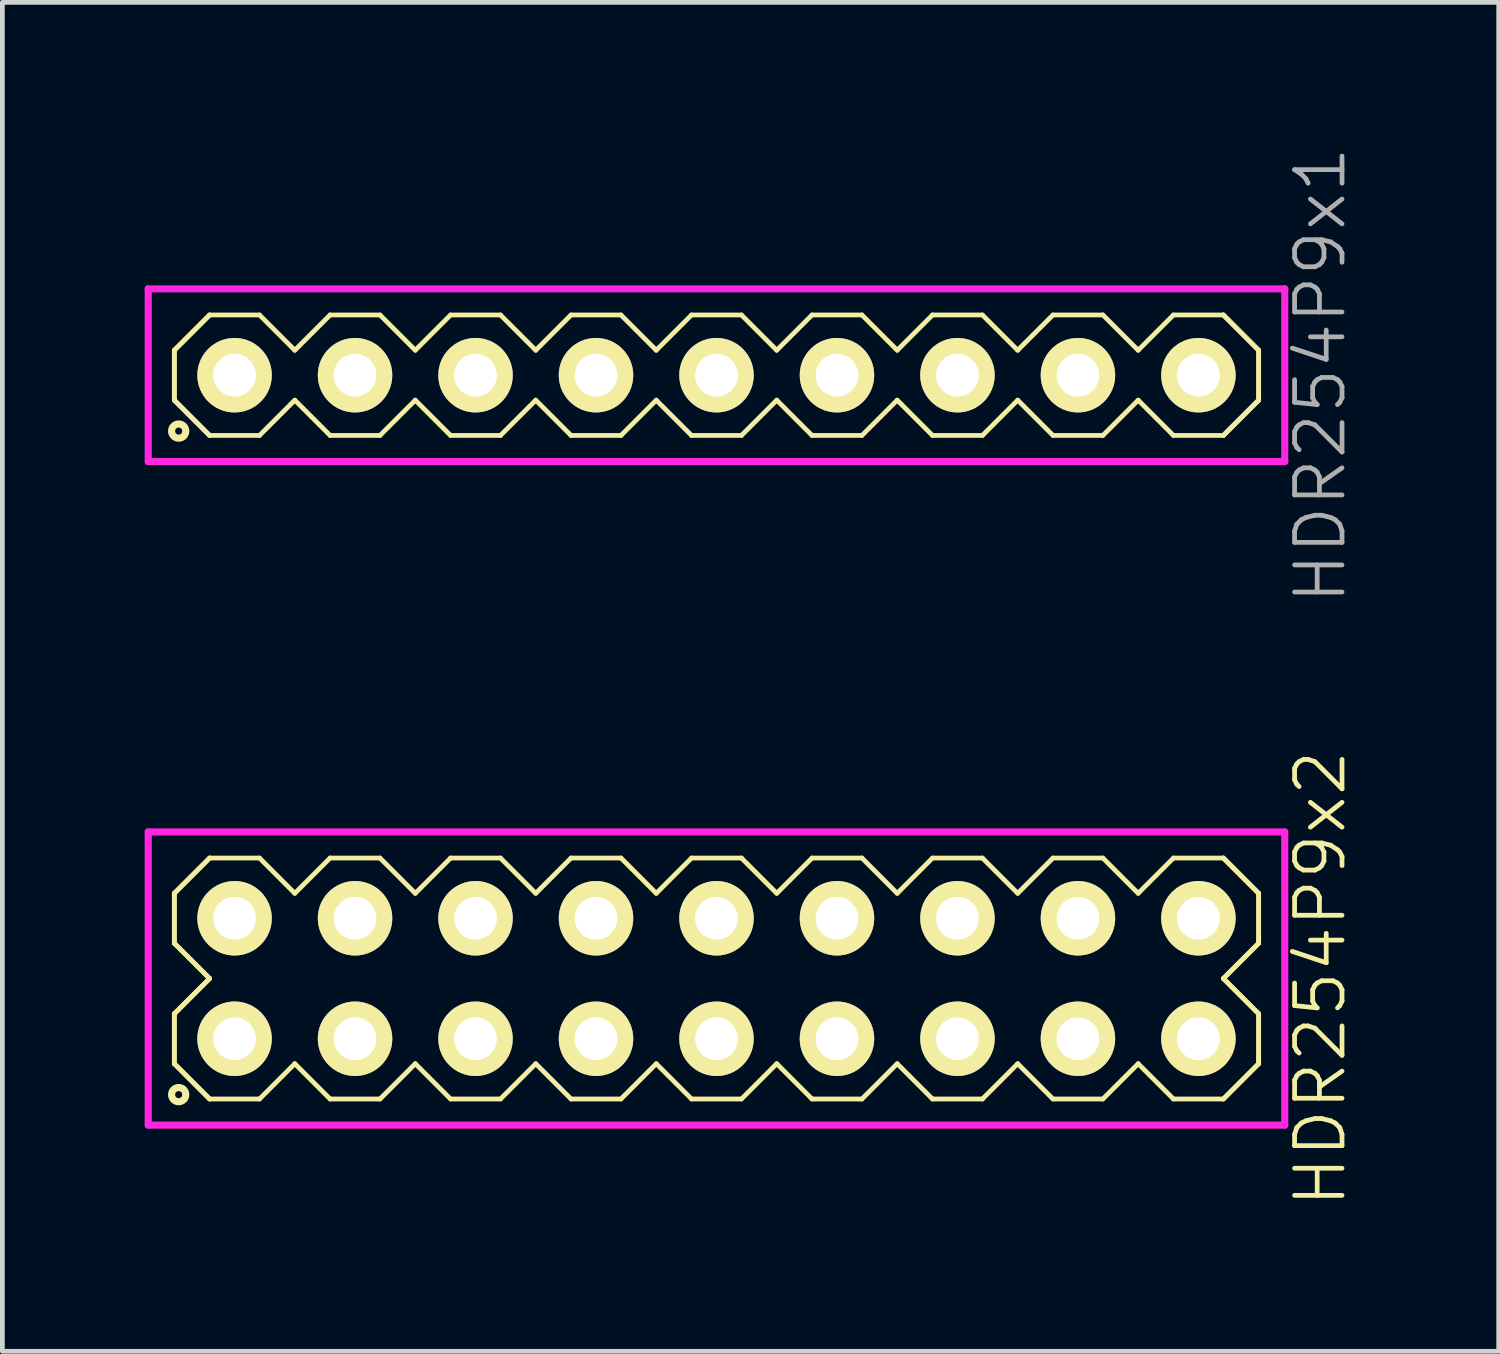
<source format=kicad_pcb>
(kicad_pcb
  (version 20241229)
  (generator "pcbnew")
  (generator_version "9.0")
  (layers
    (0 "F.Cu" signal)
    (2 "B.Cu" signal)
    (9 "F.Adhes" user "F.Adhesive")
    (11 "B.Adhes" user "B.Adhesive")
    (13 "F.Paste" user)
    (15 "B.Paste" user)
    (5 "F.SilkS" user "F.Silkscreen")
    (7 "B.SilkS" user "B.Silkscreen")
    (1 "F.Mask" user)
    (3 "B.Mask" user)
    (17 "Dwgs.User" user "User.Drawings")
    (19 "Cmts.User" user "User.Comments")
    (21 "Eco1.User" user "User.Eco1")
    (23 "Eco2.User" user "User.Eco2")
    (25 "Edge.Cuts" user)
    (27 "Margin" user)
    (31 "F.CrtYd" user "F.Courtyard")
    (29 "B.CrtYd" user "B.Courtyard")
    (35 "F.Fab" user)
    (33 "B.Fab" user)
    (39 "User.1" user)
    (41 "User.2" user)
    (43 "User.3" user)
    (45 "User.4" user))
  (footprint "HDR254P9x2"
    (layer "F.Cu")
    (at 12.055 17.579)
    (property "Reference" "HDR254P9x2" (at 12.73 0 90) (layer "F.SilkS") (effects (font (size 1 1) (thickness 0.1))))
    (attr through_hole)
    (fp_line (start -11.43 -1.796) (end -10.686 -2.54) (stroke (width 0.1) (type solid)) (layer "F.SilkS"))
    (fp_line (start -11.43 -1.796) (end -10.686 -2.54) (stroke (width 0.1) (type solid)) (layer "F.SilkS"))
    (fp_line (start -11.43 -0.744) (end -11.43 -1.796) (stroke (width 0.1) (type solid)) (layer "F.SilkS"))
    (fp_line (start -11.43 -0.744) (end -11.43 -1.796) (stroke (width 0.1) (type solid)) (layer "F.SilkS"))
    (fp_line (start -11.43 0.744) (end -10.686 0) (stroke (width 0.1) (type solid)) (layer "F.SilkS"))
    (fp_line (start -11.43 0.744) (end -10.686 0) (stroke (width 0.1) (type solid)) (layer "F.SilkS"))
    (fp_line (start -11.43 1.796) (end -11.43 0.744) (stroke (width 0.1) (type solid)) (layer "F.SilkS"))
    (fp_line (start -11.43 1.796) (end -11.43 0.744) (stroke (width 0.1) (type solid)) (layer "F.SilkS"))
    (fp_line (start -10.686 -2.54) (end -9.634 -2.54) (stroke (width 0.1) (type solid)) (layer "F.SilkS"))
    (fp_line (start -10.686 0) (end -11.43 -0.744) (stroke (width 0.1) (type solid)) (layer "F.SilkS"))
    (fp_line (start -10.686 0) (end -11.43 -0.744) (stroke (width 0.1) (type solid)) (layer "F.SilkS"))
    (fp_line (start -10.686 2.54) (end -11.43 1.796) (stroke (width 0.1) (type solid)) (layer "F.SilkS"))
    (fp_line (start -10.686 2.54) (end -11.43 1.796) (stroke (width 0.1) (type solid)) (layer "F.SilkS"))
    (fp_line (start -9.634 -2.54) (end -8.89 -1.796) (stroke (width 0.1) (type solid)) (layer "F.SilkS"))
    (fp_line (start -9.634 2.54) (end -10.686 2.54) (stroke (width 0.1) (type solid)) (layer "F.SilkS"))
    (fp_line (start -8.89 -1.796) (end -8.146 -2.54) (stroke (width 0.1) (type solid)) (layer "F.SilkS"))
    (fp_line (start -8.89 1.796) (end -9.634 2.54) (stroke (width 0.1) (type solid)) (layer "F.SilkS"))
    (fp_line (start -8.146 -2.54) (end -7.094 -2.54) (stroke (width 0.1) (type solid)) (layer "F.SilkS"))
    (fp_line (start -8.146 2.54) (end -8.89 1.796) (stroke (width 0.1) (type solid)) (layer "F.SilkS"))
    (fp_line (start -7.094 -2.54) (end -6.35 -1.796) (stroke (width 0.1) (type solid)) (layer "F.SilkS"))
    (fp_line (start -7.094 2.54) (end -8.146 2.54) (stroke (width 0.1) (type solid)) (layer "F.SilkS"))
    (fp_line (start -6.35 -1.796) (end -5.606 -2.54) (stroke (width 0.1) (type solid)) (layer "F.SilkS"))
    (fp_line (start -6.35 1.796) (end -7.094 2.54) (stroke (width 0.1) (type solid)) (layer "F.SilkS"))
    (fp_line (start -5.606 -2.54) (end -4.554 -2.54) (stroke (width 0.1) (type solid)) (layer "F.SilkS"))
    (fp_line (start -5.606 2.54) (end -6.35 1.796) (stroke (width 0.1) (type solid)) (layer "F.SilkS"))
    (fp_line (start -4.554 -2.54) (end -3.81 -1.796) (stroke (width 0.1) (type solid)) (layer "F.SilkS"))
    (fp_line (start -4.554 2.54) (end -5.606 2.54) (stroke (width 0.1) (type solid)) (layer "F.SilkS"))
    (fp_line (start -3.81 -1.796) (end -3.066 -2.54) (stroke (width 0.1) (type solid)) (layer "F.SilkS"))
    (fp_line (start -3.81 1.796) (end -4.554 2.54) (stroke (width 0.1) (type solid)) (layer "F.SilkS"))
    (fp_line (start -3.066 -2.54) (end -2.014 -2.54) (stroke (width 0.1) (type solid)) (layer "F.SilkS"))
    (fp_line (start -3.066 2.54) (end -3.81 1.796) (stroke (width 0.1) (type solid)) (layer "F.SilkS"))
    (fp_line (start -2.014 -2.54) (end -1.27 -1.796) (stroke (width 0.1) (type solid)) (layer "F.SilkS"))
    (fp_line (start -2.014 2.54) (end -3.066 2.54) (stroke (width 0.1) (type solid)) (layer "F.SilkS"))
    (fp_line (start -1.27 -1.796) (end -0.526 -2.54) (stroke (width 0.1) (type solid)) (layer "F.SilkS"))
    (fp_line (start -1.27 1.796) (end -2.014 2.54) (stroke (width 0.1) (type solid)) (layer "F.SilkS"))
    (fp_line (start -0.526 -2.54) (end 0.526 -2.54) (stroke (width 0.1) (type solid)) (layer "F.SilkS"))
    (fp_line (start -0.526 2.54) (end -1.27 1.796) (stroke (width 0.1) (type solid)) (layer "F.SilkS"))
    (fp_line (start 0.526 -2.54) (end 1.27 -1.796) (stroke (width 0.1) (type solid)) (layer "F.SilkS"))
    (fp_line (start 0.526 2.54) (end -0.526 2.54) (stroke (width 0.1) (type solid)) (layer "F.SilkS"))
    (fp_line (start 1.27 -1.796) (end 2.014 -2.54) (stroke (width 0.1) (type solid)) (layer "F.SilkS"))
    (fp_line (start 1.27 1.796) (end 0.526 2.54) (stroke (width 0.1) (type solid)) (layer "F.SilkS"))
    (fp_line (start 2.014 -2.54) (end 3.066 -2.54) (stroke (width 0.1) (type solid)) (layer "F.SilkS"))
    (fp_line (start 2.014 2.54) (end 1.27 1.796) (stroke (width 0.1) (type solid)) (layer "F.SilkS"))
    (fp_line (start 3.066 -2.54) (end 3.81 -1.796) (stroke (width 0.1) (type solid)) (layer "F.SilkS"))
    (fp_line (start 3.066 2.54) (end 2.014 2.54) (stroke (width 0.1) (type solid)) (layer "F.SilkS"))
    (fp_line (start 3.81 -1.796) (end 4.554 -2.54) (stroke (width 0.1) (type solid)) (layer "F.SilkS"))
    (fp_line (start 3.81 1.796) (end 3.066 2.54) (stroke (width 0.1) (type solid)) (layer "F.SilkS"))
    (fp_line (start 4.554 -2.54) (end 5.606 -2.54) (stroke (width 0.1) (type solid)) (layer "F.SilkS"))
    (fp_line (start 4.554 2.54) (end 3.81 1.796) (stroke (width 0.1) (type solid)) (layer "F.SilkS"))
    (fp_line (start 5.606 -2.54) (end 6.35 -1.796) (stroke (width 0.1) (type solid)) (layer "F.SilkS"))
    (fp_line (start 5.606 2.54) (end 4.554 2.54) (stroke (width 0.1) (type solid)) (layer "F.SilkS"))
    (fp_line (start 6.35 -1.796) (end 7.094 -2.54) (stroke (width 0.1) (type solid)) (layer "F.SilkS"))
    (fp_line (start 6.35 1.796) (end 5.606 2.54) (stroke (width 0.1) (type solid)) (layer "F.SilkS"))
    (fp_line (start 7.094 -2.54) (end 8.146 -2.54) (stroke (width 0.1) (type solid)) (layer "F.SilkS"))
    (fp_line (start 7.094 2.54) (end 6.35 1.796) (stroke (width 0.1) (type solid)) (layer "F.SilkS"))
    (fp_line (start 8.146 -2.54) (end 8.89 -1.796) (stroke (width 0.1) (type solid)) (layer "F.SilkS"))
    (fp_line (start 8.146 2.54) (end 7.094 2.54) (stroke (width 0.1) (type solid)) (layer "F.SilkS"))
    (fp_line (start 8.89 -1.796) (end 9.634 -2.54) (stroke (width 0.1) (type solid)) (layer "F.SilkS"))
    (fp_line (start 8.89 1.796) (end 8.146 2.54) (stroke (width 0.1) (type solid)) (layer "F.SilkS"))
    (fp_line (start 9.634 -2.54) (end 10.686 -2.54) (stroke (width 0.1) (type solid)) (layer "F.SilkS"))
    (fp_line (start 9.634 2.54) (end 8.89 1.796) (stroke (width 0.1) (type solid)) (layer "F.SilkS"))
    (fp_line (start 10.686 -2.54) (end 11.43 -1.796) (stroke (width 0.1) (type solid)) (layer "F.SilkS"))
    (fp_line (start 10.686 -2.54) (end 11.43 -1.796) (stroke (width 0.1) (type solid)) (layer "F.SilkS"))
    (fp_line (start 10.686 0) (end 11.43 0.744) (stroke (width 0.1) (type solid)) (layer "F.SilkS"))
    (fp_line (start 10.686 0) (end 11.43 0.744) (stroke (width 0.1) (type solid)) (layer "F.SilkS"))
    (fp_line (start 10.686 2.54) (end 9.634 2.54) (stroke (width 0.1) (type solid)) (layer "F.SilkS"))
    (fp_line (start 11.43 -1.796) (end 11.43 -0.744) (stroke (width 0.1) (type solid)) (layer "F.SilkS"))
    (fp_line (start 11.43 -1.796) (end 11.43 -0.744) (stroke (width 0.1) (type solid)) (layer "F.SilkS"))
    (fp_line (start 11.43 -0.744) (end 10.686 0) (stroke (width 0.1) (type solid)) (layer "F.SilkS"))
    (fp_line (start 11.43 -0.744) (end 10.686 0) (stroke (width 0.1) (type solid)) (layer "F.SilkS"))
    (fp_line (start 11.43 0.744) (end 11.43 1.796) (stroke (width 0.1) (type solid)) (layer "F.SilkS"))
    (fp_line (start 11.43 0.744) (end 11.43 1.796) (stroke (width 0.1) (type solid)) (layer "F.SilkS"))
    (fp_line (start 11.43 1.796) (end 10.686 2.54) (stroke (width 0.1) (type solid)) (layer "F.SilkS"))
    (fp_line (start 11.43 1.796) (end 10.686 2.54) (stroke (width 0.1) (type solid)) (layer "F.SilkS"))
    (fp_circle (center -11.338 2.448) (end -11.188 2.448) (stroke (width 0.15) (type solid)) (fill no) (layer "F.SilkS"))
    (fp_line (start -11.98 -3.09) (end -11.98 3.09) (stroke (width 0.15) (type solid)) (layer "F.CrtYd"))
    (fp_line (start -11.98 3.09) (end 11.98 3.09) (stroke (width 0.15) (type solid)) (layer "F.CrtYd"))
    (fp_line (start 11.98 -3.09) (end -11.98 -3.09) (stroke (width 0.15) (type solid)) (layer "F.CrtYd"))
    (fp_line (start 11.98 3.09) (end 11.98 -3.09) (stroke (width 0.15) (type solid)) (layer "F.CrtYd"))
    (pad "1" thru_hole oval (at -10.16 1.27) (size 1.57 1.57) (drill 0.9) (layers "*.Cu" "*.Mask" "F.SilkS"))
    (pad "2" thru_hole oval (at -10.16 -1.27) (size 1.57 1.57) (drill 0.9) (layers "*.Cu" "*.Mask" "F.SilkS"))
    (pad "3" thru_hole oval (at -7.62 1.27) (size 1.57 1.57) (drill 0.9) (layers "*.Cu" "*.Mask" "F.SilkS"))
    (pad "4" thru_hole oval (at -7.62 -1.27) (size 1.57 1.57) (drill 0.9) (layers "*.Cu" "*.Mask" "F.SilkS"))
    (pad "5" thru_hole oval (at -5.08 1.27) (size 1.57 1.57) (drill 0.9) (layers "*.Cu" "*.Mask" "F.SilkS"))
    (pad "6" thru_hole oval (at -5.08 -1.27) (size 1.57 1.57) (drill 0.9) (layers "*.Cu" "*.Mask" "F.SilkS"))
    (pad "7" thru_hole oval (at -2.54 1.27) (size 1.57 1.57) (drill 0.9) (layers "*.Cu" "*.Mask" "F.SilkS"))
    (pad "8" thru_hole oval (at -2.54 -1.27) (size 1.57 1.57) (drill 0.9) (layers "*.Cu" "*.Mask" "F.SilkS"))
    (pad "9" thru_hole oval (at 0 1.27) (size 1.57 1.57) (drill 0.9) (layers "*.Cu" "*.Mask" "F.SilkS"))
    (pad "10" thru_hole oval (at 0 -1.27) (size 1.57 1.57) (drill 0.9) (layers "*.Cu" "*.Mask" "F.SilkS"))
    (pad "11" thru_hole oval (at 2.54 1.27) (size 1.57 1.57) (drill 0.9) (layers "*.Cu" "*.Mask" "F.SilkS"))
    (pad "12" thru_hole oval (at 2.54 -1.27) (size 1.57 1.57) (drill 0.9) (layers "*.Cu" "*.Mask" "F.SilkS"))
    (pad "13" thru_hole oval (at 5.08 1.27) (size 1.57 1.57) (drill 0.9) (layers "*.Cu" "*.Mask" "F.SilkS"))
    (pad "14" thru_hole oval (at 5.08 -1.27) (size 1.57 1.57) (drill 0.9) (layers "*.Cu" "*.Mask" "F.SilkS"))
    (pad "15" thru_hole oval (at 7.62 1.27) (size 1.57 1.57) (drill 0.9) (layers "*.Cu" "*.Mask" "F.SilkS"))
    (pad "16" thru_hole oval (at 7.62 -1.27) (size 1.57 1.57) (drill 0.9) (layers "*.Cu" "*.Mask" "F.SilkS"))
    (pad "17" thru_hole oval (at 10.16 1.27) (size 1.57 1.57) (drill 0.9) (layers "*.Cu" "*.Mask" "F.SilkS"))
    (pad "18" thru_hole oval (at 10.16 -1.27) (size 1.57 1.57) (drill 0.9) (layers "*.Cu" "*.Mask" "F.SilkS")))
  (footprint "HDR254P9x1"
    (layer "F.Cu")
    (at 12.055 4.86)
    (property "Reference" "HDR254P9x1" (at 12.73 0 90) (layer "F.Fab") (effects (font (size 1 1) (thickness 0.1))))
    (attr through_hole)
    (fp_line (start -11.43 -0.526) (end -10.686 -1.27) (stroke (width 0.1) (type solid)) (layer "F.SilkS"))
    (fp_line (start -11.43 -0.526) (end -10.686 -1.27) (stroke (width 0.1) (type solid)) (layer "F.SilkS"))
    (fp_line (start -11.43 0.526) (end -11.43 -0.526) (stroke (width 0.1) (type solid)) (layer "F.SilkS"))
    (fp_line (start -11.43 0.526) (end -11.43 -0.526) (stroke (width 0.1) (type solid)) (layer "F.SilkS"))
    (fp_line (start -10.686 -1.27) (end -9.634 -1.27) (stroke (width 0.1) (type solid)) (layer "F.SilkS"))
    (fp_line (start -10.686 1.27) (end -11.43 0.526) (stroke (width 0.1) (type solid)) (layer "F.SilkS"))
    (fp_line (start -10.686 1.27) (end -11.43 0.526) (stroke (width 0.1) (type solid)) (layer "F.SilkS"))
    (fp_line (start -9.634 -1.27) (end -8.89 -0.526) (stroke (width 0.1) (type solid)) (layer "F.SilkS"))
    (fp_line (start -9.634 1.27) (end -10.686 1.27) (stroke (width 0.1) (type solid)) (layer "F.SilkS"))
    (fp_line (start -8.89 -0.526) (end -8.146 -1.27) (stroke (width 0.1) (type solid)) (layer "F.SilkS"))
    (fp_line (start -8.89 0.526) (end -9.634 1.27) (stroke (width 0.1) (type solid)) (layer "F.SilkS"))
    (fp_line (start -8.146 -1.27) (end -7.094 -1.27) (stroke (width 0.1) (type solid)) (layer "F.SilkS"))
    (fp_line (start -8.146 1.27) (end -8.89 0.526) (stroke (width 0.1) (type solid)) (layer "F.SilkS"))
    (fp_line (start -7.094 -1.27) (end -6.35 -0.526) (stroke (width 0.1) (type solid)) (layer "F.SilkS"))
    (fp_line (start -7.094 1.27) (end -8.146 1.27) (stroke (width 0.1) (type solid)) (layer "F.SilkS"))
    (fp_line (start -6.35 -0.526) (end -5.606 -1.27) (stroke (width 0.1) (type solid)) (layer "F.SilkS"))
    (fp_line (start -6.35 0.526) (end -7.094 1.27) (stroke (width 0.1) (type solid)) (layer "F.SilkS"))
    (fp_line (start -5.606 -1.27) (end -4.554 -1.27) (stroke (width 0.1) (type solid)) (layer "F.SilkS"))
    (fp_line (start -5.606 1.27) (end -6.35 0.526) (stroke (width 0.1) (type solid)) (layer "F.SilkS"))
    (fp_line (start -4.554 -1.27) (end -3.81 -0.526) (stroke (width 0.1) (type solid)) (layer "F.SilkS"))
    (fp_line (start -4.554 1.27) (end -5.606 1.27) (stroke (width 0.1) (type solid)) (layer "F.SilkS"))
    (fp_line (start -3.81 -0.526) (end -3.066 -1.27) (stroke (width 0.1) (type solid)) (layer "F.SilkS"))
    (fp_line (start -3.81 0.526) (end -4.554 1.27) (stroke (width 0.1) (type solid)) (layer "F.SilkS"))
    (fp_line (start -3.066 -1.27) (end -2.014 -1.27) (stroke (width 0.1) (type solid)) (layer "F.SilkS"))
    (fp_line (start -3.066 1.27) (end -3.81 0.526) (stroke (width 0.1) (type solid)) (layer "F.SilkS"))
    (fp_line (start -2.014 -1.27) (end -1.27 -0.526) (stroke (width 0.1) (type solid)) (layer "F.SilkS"))
    (fp_line (start -2.014 1.27) (end -3.066 1.27) (stroke (width 0.1) (type solid)) (layer "F.SilkS"))
    (fp_line (start -1.27 -0.526) (end -0.526 -1.27) (stroke (width 0.1) (type solid)) (layer "F.SilkS"))
    (fp_line (start -1.27 0.526) (end -2.014 1.27) (stroke (width 0.1) (type solid)) (layer "F.SilkS"))
    (fp_line (start -0.526 -1.27) (end 0.526 -1.27) (stroke (width 0.1) (type solid)) (layer "F.SilkS"))
    (fp_line (start -0.526 1.27) (end -1.27 0.526) (stroke (width 0.1) (type solid)) (layer "F.SilkS"))
    (fp_line (start 0.526 -1.27) (end 1.27 -0.526) (stroke (width 0.1) (type solid)) (layer "F.SilkS"))
    (fp_line (start 0.526 1.27) (end -0.526 1.27) (stroke (width 0.1) (type solid)) (layer "F.SilkS"))
    (fp_line (start 1.27 -0.526) (end 2.014 -1.27) (stroke (width 0.1) (type solid)) (layer "F.SilkS"))
    (fp_line (start 1.27 0.526) (end 0.526 1.27) (stroke (width 0.1) (type solid)) (layer "F.SilkS"))
    (fp_line (start 2.014 -1.27) (end 3.066 -1.27) (stroke (width 0.1) (type solid)) (layer "F.SilkS"))
    (fp_line (start 2.014 1.27) (end 1.27 0.526) (stroke (width 0.1) (type solid)) (layer "F.SilkS"))
    (fp_line (start 3.066 -1.27) (end 3.81 -0.526) (stroke (width 0.1) (type solid)) (layer "F.SilkS"))
    (fp_line (start 3.066 1.27) (end 2.014 1.27) (stroke (width 0.1) (type solid)) (layer "F.SilkS"))
    (fp_line (start 3.81 -0.526) (end 4.554 -1.27) (stroke (width 0.1) (type solid)) (layer "F.SilkS"))
    (fp_line (start 3.81 0.526) (end 3.066 1.27) (stroke (width 0.1) (type solid)) (layer "F.SilkS"))
    (fp_line (start 4.554 -1.27) (end 5.606 -1.27) (stroke (width 0.1) (type solid)) (layer "F.SilkS"))
    (fp_line (start 4.554 1.27) (end 3.81 0.526) (stroke (width 0.1) (type solid)) (layer "F.SilkS"))
    (fp_line (start 5.606 -1.27) (end 6.35 -0.526) (stroke (width 0.1) (type solid)) (layer "F.SilkS"))
    (fp_line (start 5.606 1.27) (end 4.554 1.27) (stroke (width 0.1) (type solid)) (layer "F.SilkS"))
    (fp_line (start 6.35 -0.526) (end 7.094 -1.27) (stroke (width 0.1) (type solid)) (layer "F.SilkS"))
    (fp_line (start 6.35 0.526) (end 5.606 1.27) (stroke (width 0.1) (type solid)) (layer "F.SilkS"))
    (fp_line (start 7.094 -1.27) (end 8.146 -1.27) (stroke (width 0.1) (type solid)) (layer "F.SilkS"))
    (fp_line (start 7.094 1.27) (end 6.35 0.526) (stroke (width 0.1) (type solid)) (layer "F.SilkS"))
    (fp_line (start 8.146 -1.27) (end 8.89 -0.526) (stroke (width 0.1) (type solid)) (layer "F.SilkS"))
    (fp_line (start 8.146 1.27) (end 7.094 1.27) (stroke (width 0.1) (type solid)) (layer "F.SilkS"))
    (fp_line (start 8.89 -0.526) (end 9.634 -1.27) (stroke (width 0.1) (type solid)) (layer "F.SilkS"))
    (fp_line (start 8.89 0.526) (end 8.146 1.27) (stroke (width 0.1) (type solid)) (layer "F.SilkS"))
    (fp_line (start 9.634 -1.27) (end 10.686 -1.27) (stroke (width 0.1) (type solid)) (layer "F.SilkS"))
    (fp_line (start 9.634 1.27) (end 8.89 0.526) (stroke (width 0.1) (type solid)) (layer "F.SilkS"))
    (fp_line (start 10.686 -1.27) (end 11.43 -0.526) (stroke (width 0.1) (type solid)) (layer "F.SilkS"))
    (fp_line (start 10.686 -1.27) (end 11.43 -0.526) (stroke (width 0.1) (type solid)) (layer "F.SilkS"))
    (fp_line (start 10.686 1.27) (end 9.634 1.27) (stroke (width 0.1) (type solid)) (layer "F.SilkS"))
    (fp_line (start 11.43 -0.526) (end 11.43 0.526) (stroke (width 0.1) (type solid)) (layer "F.SilkS"))
    (fp_line (start 11.43 -0.526) (end 11.43 0.526) (stroke (width 0.1) (type solid)) (layer "F.SilkS"))
    (fp_line (start 11.43 0.526) (end 10.686 1.27) (stroke (width 0.1) (type solid)) (layer "F.SilkS"))
    (fp_line (start 11.43 0.526) (end 10.686 1.27) (stroke (width 0.1) (type solid)) (layer "F.SilkS"))
    (fp_circle (center -11.338 1.178) (end -11.188 1.178) (stroke (width 0.15) (type solid)) (fill no) (layer "F.SilkS"))
    (fp_line (start -11.98 -1.82) (end -11.98 1.82) (stroke (width 0.15) (type solid)) (layer "F.CrtYd"))
    (fp_line (start -11.98 1.82) (end 11.98 1.82) (stroke (width 0.15) (type solid)) (layer "F.CrtYd"))
    (fp_line (start 11.98 -1.82) (end -11.98 -1.82) (stroke (width 0.15) (type solid)) (layer "F.CrtYd"))
    (fp_line (start 11.98 1.82) (end 11.98 -1.82) (stroke (width 0.15) (type solid)) (layer "F.CrtYd"))
    (pad "1" thru_hole oval (at -10.16 0) (size 1.57 1.57) (drill 0.9) (layers "*.Cu" "*.Mask" "F.SilkS"))
    (pad "2" thru_hole oval (at -7.62 0) (size 1.57 1.57) (drill 0.9) (layers "*.Cu" "*.Mask" "F.SilkS"))
    (pad "3" thru_hole oval (at -5.08 0) (size 1.57 1.57) (drill 0.9) (layers "*.Cu" "*.Mask" "F.SilkS"))
    (pad "4" thru_hole oval (at -2.54 0) (size 1.57 1.57) (drill 0.9) (layers "*.Cu" "*.Mask" "F.SilkS"))
    (pad "5" thru_hole oval (at 0 0) (size 1.57 1.57) (drill 0.9) (layers "*.Cu" "*.Mask" "F.SilkS"))
    (pad "6" thru_hole oval (at 2.54 0) (size 1.57 1.57) (drill 0.9) (layers "*.Cu" "*.Mask" "F.SilkS"))
    (pad "7" thru_hole oval (at 5.08 0) (size 1.57 1.57) (drill 0.9) (layers "*.Cu" "*.Mask" "F.SilkS"))
    (pad "8" thru_hole oval (at 7.62 0) (size 1.57 1.57) (drill 0.9) (layers "*.Cu" "*.Mask" "F.SilkS"))
    (pad "9" thru_hole oval (at 10.16 0) (size 1.57 1.57) (drill 0.9) (layers "*.Cu" "*.Mask" "F.SilkS")))
  (gr_rect
    (start -3 -3)
    (end 28.546 25.438)
    (stroke (width 0.1) (type default))
    (fill no)
    (layer "Edge.Cuts")))
</source>
